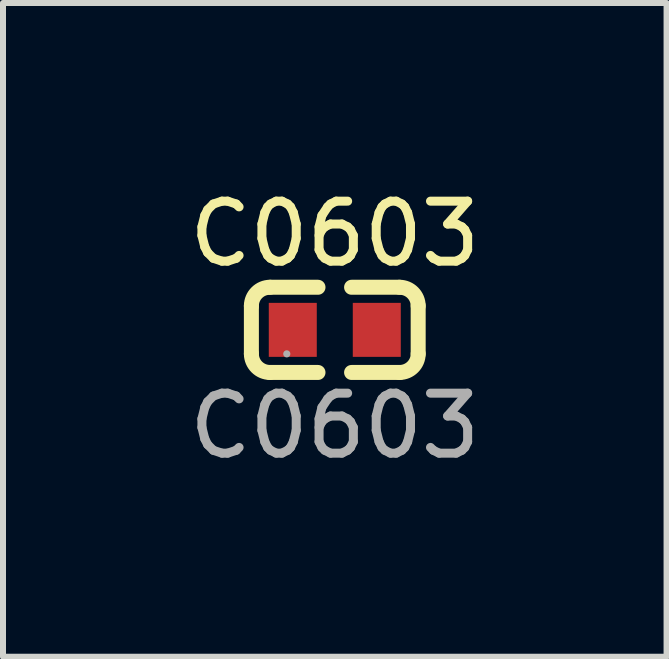
<source format=kicad_pcb>
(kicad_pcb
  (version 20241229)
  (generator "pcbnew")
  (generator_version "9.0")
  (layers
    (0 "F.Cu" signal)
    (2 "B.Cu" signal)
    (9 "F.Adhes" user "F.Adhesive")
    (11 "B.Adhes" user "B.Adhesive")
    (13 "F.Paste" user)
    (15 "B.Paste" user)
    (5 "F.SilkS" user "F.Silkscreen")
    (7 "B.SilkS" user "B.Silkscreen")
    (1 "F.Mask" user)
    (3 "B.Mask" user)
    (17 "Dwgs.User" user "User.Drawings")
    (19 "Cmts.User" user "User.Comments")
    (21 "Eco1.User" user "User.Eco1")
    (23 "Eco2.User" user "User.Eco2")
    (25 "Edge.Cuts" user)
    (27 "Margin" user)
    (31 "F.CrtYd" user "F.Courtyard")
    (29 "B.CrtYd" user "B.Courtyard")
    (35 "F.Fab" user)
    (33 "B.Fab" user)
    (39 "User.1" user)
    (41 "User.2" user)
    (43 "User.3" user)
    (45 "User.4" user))
  (footprint "C0603"
    (layer "F.Cu")
    (at 2.53 2.448)
    (property "Reference" "C0603" (at 0 -1.6 0) (layer "F.SilkS") (effects (font (size 1 1) (thickness 0.15))))
    (attr smd)
    (fp_line (start -1.39 0.4) (end -1.39 -0.4) (stroke (width 0.25) (type solid)) (layer "F.SilkS"))
    (fp_line (start -0.28 -0.71) (end -1.08 -0.71) (stroke (width 0.25) (type solid)) (layer "F.SilkS"))
    (fp_line (start -0.28 0.71) (end -1.08 0.71) (stroke (width 0.25) (type solid)) (layer "F.SilkS"))
    (fp_line (start 0.28 -0.71) (end 1.08 -0.71) (stroke (width 0.25) (type solid)) (layer "F.SilkS"))
    (fp_line (start 0.28 0.71) (end 1.08 0.71) (stroke (width 0.25) (type solid)) (layer "F.SilkS"))
    (fp_line (start 1.39 -0.4) (end 1.39 0.4) (stroke (width 0.25) (type solid)) (layer "F.SilkS"))
    (fp_arc (start -1.39 -0.4) (mid -1.299203 -0.619203) (end -1.08 -0.71) (stroke (width 0.25) (type solid)) (layer "F.SilkS"))
    (fp_arc (start -1.08 0.71) (mid -1.299203 0.619203) (end -1.39 0.4) (stroke (width 0.25) (type solid)) (layer "F.SilkS"))
    (fp_arc (start 1.08 -0.71) (mid 1.299203 -0.619203) (end 1.39 -0.4) (stroke (width 0.25) (type solid)) (layer "F.SilkS"))
    (fp_arc (start 1.39 0.4) (mid 1.299203 0.619203) (end 1.08 0.71) (stroke (width 0.25) (type solid)) (layer "F.SilkS"))
    (fp_circle (center -0.8 0.4) (end -0.77 0.4) (stroke (width 0.06) (type solid)) (fill no) (layer "F.Fab"))
    (fp_text user "${REFERENCE}" (at 0 1.6 0) (layer "F.Fab") (effects (font (size 1 1) (thickness 0.15))))
    (pad "1" smd rect (at -0.7 0) (size 0.8 0.9) (layers "F.Cu" "F.Mask" "F.Paste"))
    (pad "2" smd rect (at 0.7 0) (size 0.8 0.9) (layers "F.Cu" "F.Mask" "F.Paste")))
  (gr_rect
    (start -3 -3)
    (end 8.06 7.896)
    (stroke (width 0.1) (type default))
    (fill no)
    (layer "Edge.Cuts")))
</source>
